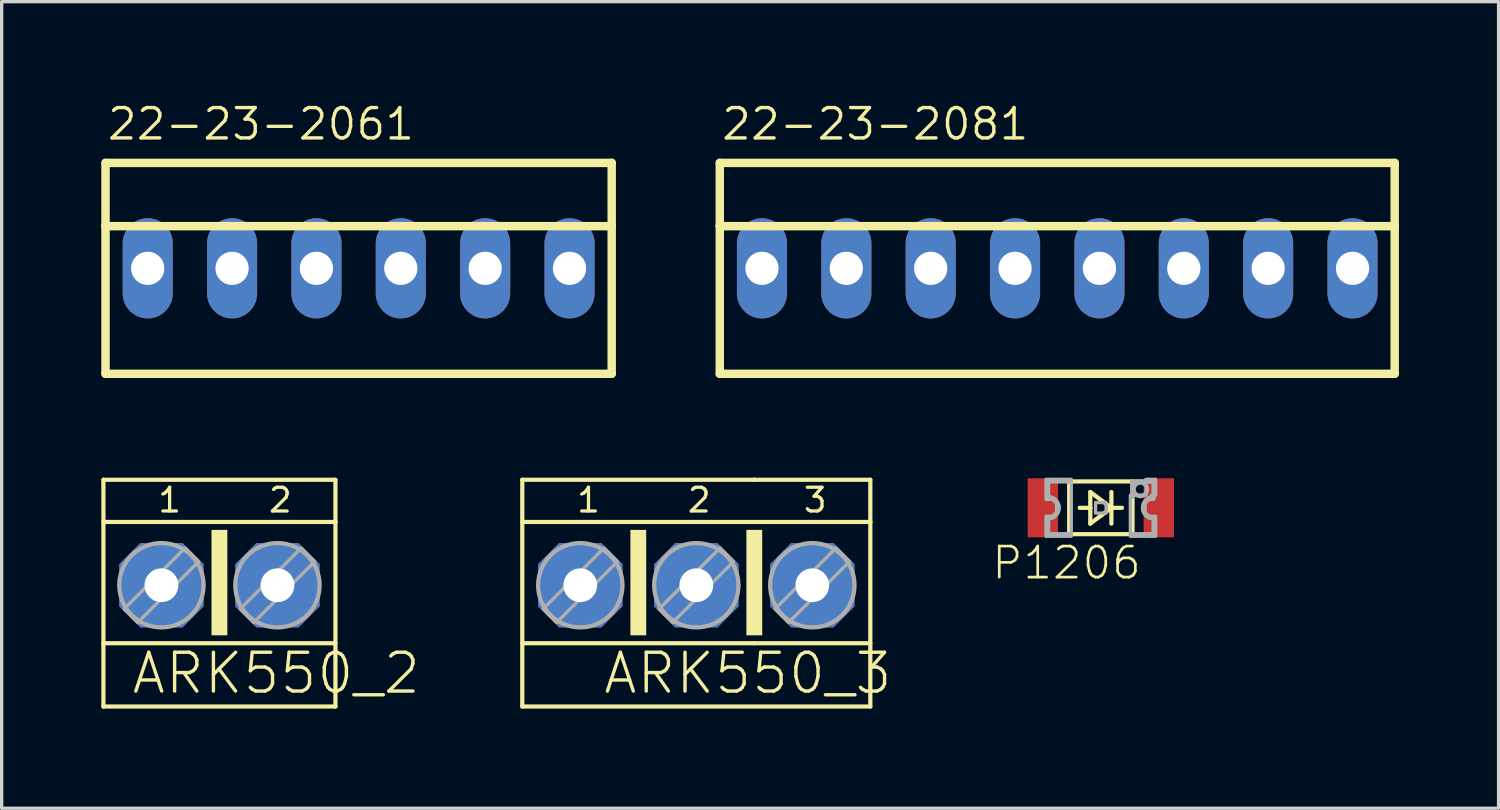
<source format=kicad_pcb>
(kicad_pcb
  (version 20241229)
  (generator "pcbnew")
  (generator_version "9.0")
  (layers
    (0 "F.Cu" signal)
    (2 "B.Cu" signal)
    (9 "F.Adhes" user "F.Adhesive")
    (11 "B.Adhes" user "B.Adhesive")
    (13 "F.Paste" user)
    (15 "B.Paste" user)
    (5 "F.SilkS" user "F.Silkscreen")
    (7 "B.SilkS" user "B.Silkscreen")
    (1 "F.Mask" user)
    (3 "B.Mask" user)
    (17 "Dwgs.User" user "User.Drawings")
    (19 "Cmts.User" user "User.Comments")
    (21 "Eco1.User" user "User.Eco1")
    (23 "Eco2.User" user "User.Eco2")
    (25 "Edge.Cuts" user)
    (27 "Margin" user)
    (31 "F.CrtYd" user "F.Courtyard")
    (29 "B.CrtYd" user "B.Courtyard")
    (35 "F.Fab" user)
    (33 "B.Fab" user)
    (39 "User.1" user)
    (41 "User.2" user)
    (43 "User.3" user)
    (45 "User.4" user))
  (footprint "22-23-2081"
    (layer "F.Cu")
    (at 28.781 5.029)
    (property "Reference" "22-23-2081" (at -10.16 -3.81 0) (layer "F.SilkS") (effects (font (size 0.914 0.914) (thickness 0.102)) (justify left bottom)))
    (fp_line (start -10.16 -3.175) (end 10.16 -3.175) (stroke (width 0.254) (type solid)) (layer "F.SilkS"))
    (fp_line (start -10.16 -1.27) (end -10.16 -3.175) (stroke (width 0.254) (type solid)) (layer "F.SilkS"))
    (fp_line (start -10.16 -1.27) (end 10.16 -1.27) (stroke (width 0.254) (type solid)) (layer "F.SilkS"))
    (fp_line (start -10.16 3.175) (end -10.16 -1.27) (stroke (width 0.254) (type solid)) (layer "F.SilkS"))
    (fp_line (start 10.16 -3.175) (end 10.16 -1.27) (stroke (width 0.254) (type solid)) (layer "F.SilkS"))
    (fp_line (start 10.16 -1.27) (end 10.16 3.175) (stroke (width 0.254) (type solid)) (layer "F.SilkS"))
    (fp_line (start 10.16 3.175) (end -10.16 3.175) (stroke (width 0.254) (type solid)) (layer "F.SilkS"))
    (pad "1" thru_hole oval (at -8.89 0 90) (size 3.016 1.508) (drill 1) (layers "*.Cu" "*.Mask"))
    (pad "2" thru_hole oval (at -6.35 0 90) (size 3.016 1.508) (drill 1) (layers "*.Cu" "*.Mask"))
    (pad "3" thru_hole oval (at -3.81 0 90) (size 3.016 1.508) (drill 1) (layers "*.Cu" "*.Mask"))
    (pad "4" thru_hole oval (at -1.27 0 90) (size 3.016 1.508) (drill 1) (layers "*.Cu" "*.Mask"))
    (pad "5" thru_hole oval (at 1.27 0 90) (size 3.016 1.508) (drill 1) (layers "*.Cu" "*.Mask"))
    (pad "6" thru_hole oval (at 3.81 0 90) (size 3.016 1.508) (drill 1) (layers "*.Cu" "*.Mask"))
    (pad "7" thru_hole oval (at 6.35 0 90) (size 3.016 1.508) (drill 1) (layers "*.Cu" "*.Mask"))
    (pad "8" thru_hole oval (at 8.89 0 90) (size 3.016 1.508) (drill 1) (layers "*.Cu" "*.Mask")))
  (footprint "ARK550_2"
    (layer "F.Cu")
    (at 1.81 14.57)
    (property "Reference" "ARK550_2" (at -0.949 3.334 0) (layer "F.SilkS") (effects (font (size 1.168 1.168) (thickness 0.102)) (justify left bottom)))
    (fp_line (start -1.746 -3.175) (end 5.239 -3.175) (stroke (width 0.127) (type solid)) (layer "F.SilkS"))
    (fp_line (start -1.746 3.651) (end -1.746 -3.175) (stroke (width 0.127) (type solid)) (layer "F.SilkS"))
    (fp_line (start -1.746 3.651) (end 5.239 3.651) (stroke (width 0.127) (type solid)) (layer "F.SilkS"))
    (fp_line (start -1.746 -1.905) (end 5.239 -1.905) (stroke (width 0.127) (type solid)) (layer "F.SilkS"))
    (fp_line (start -1.746 1.746) (end 5.239 1.746) (stroke (width 0.127) (type solid)) (layer "F.SilkS"))
    (fp_line (start 5.239 -1.905) (end 5.239 -3.175) (stroke (width 0.127) (type solid)) (layer "F.SilkS"))
    (fp_line (start 5.239 3.651) (end 5.239 -1.905) (stroke (width 0.127) (type solid)) (layer "F.SilkS"))
    (fp_poly (pts (xy 1.508 1.508) (xy 1.984 1.508) (xy 1.984 -1.667) (xy 1.508 -1.667)) (stroke (width 0) (type solid)) (fill yes) (layer "F.SilkS"))
    (fp_circle (center 0 0) (end 1.27 0) (stroke (width 0.127) (type solid)) (fill no) (layer "F.Fab"))
    (fp_circle (center 3.493 0) (end 4.763 0) (stroke (width 0.127) (type solid)) (fill no) (layer "F.Fab"))
    (fp_poly (pts (xy 1.122 -0.714) (xy -0.714 1.122) (xy -1.122 0.714) (xy 0.714 -1.122)) (stroke (width 0.1) (type solid)) (fill no) (layer "F.Fab"))
    (fp_poly (pts (xy 4.614 -0.714) (xy 2.778 1.122) (xy 2.371 0.714) (xy 4.207 -1.122)) (stroke (width 0.1) (type solid)) (fill no) (layer "F.Fab"))
    (fp_text user "2" (at 3.175 -2.143 0) (layer "F.SilkS") (effects (font (size 0.715 0.715) (thickness 0.098)) (justify left bottom)))
    (fp_text user "1" (at -0.158 -2.143 0) (layer "F.SilkS") (effects (font (size 0.715 0.715) (thickness 0.098)) (justify left bottom)))
    (pad "1" thru_hole roundrect (at 0 0) (size 2.54 2.54) (drill 1.016) (layers "*.Cu" "*.Mask") (roundrect_rratio 0.25) (chamfer_ratio 0.25) (chamfer top_left top_right bottom_left bottom_right))
    (pad "2" thru_hole roundrect (at 3.493 0) (size 2.54 2.54) (drill 1.016) (layers "*.Cu" "*.Mask") (roundrect_rratio 0.25) (chamfer_ratio 0.25) (chamfer top_left top_right bottom_left bottom_right)))
  (footprint "ARK550_3"
    (layer "F.Cu")
    (at 17.914 14.57)
    (property "Reference" "ARK550_3" (at -2.854 3.334 0) (layer "F.SilkS") (effects (font (size 1.168 1.168) (thickness 0.102)) (justify left bottom)))
    (fp_line (start -5.239 -3.175) (end 1.746 -3.175) (stroke (width 0.127) (type solid)) (layer "F.SilkS"))
    (fp_line (start -5.239 3.651) (end -5.239 -3.175) (stroke (width 0.127) (type solid)) (layer "F.SilkS"))
    (fp_line (start -5.239 3.651) (end 5.239 3.651) (stroke (width 0.127) (type solid)) (layer "F.SilkS"))
    (fp_line (start -5.239 -1.905) (end 5.239 -1.905) (stroke (width 0.127) (type solid)) (layer "F.SilkS"))
    (fp_line (start -5.239 1.746) (end 1.746 1.746) (stroke (width 0.127) (type solid)) (layer "F.SilkS"))
    (fp_line (start 1.746 -3.175) (end 1.746 -3.175) (stroke (width 0.127) (type solid)) (layer "F.SilkS"))
    (fp_line (start 1.746 -3.175) (end 5.239 -3.175) (stroke (width 0.127) (type solid)) (layer "F.SilkS"))
    (fp_line (start 1.746 1.746) (end 5.239 1.746) (stroke (width 0.127) (type solid)) (layer "F.SilkS"))
    (fp_line (start 5.239 -1.905) (end 5.239 -3.175) (stroke (width 0.127) (type solid)) (layer "F.SilkS"))
    (fp_line (start 5.239 3.651) (end 5.239 -1.905) (stroke (width 0.127) (type solid)) (layer "F.SilkS"))
    (fp_poly (pts (xy -1.984 1.508) (xy -1.508 1.508) (xy -1.508 -1.667) (xy -1.984 -1.667)) (stroke (width 0) (type solid)) (fill yes) (layer "F.SilkS"))
    (fp_poly (pts (xy 1.508 1.508) (xy 1.984 1.508) (xy 1.984 -1.667) (xy 1.508 -1.667)) (stroke (width 0) (type solid)) (fill yes) (layer "F.SilkS"))
    (fp_circle (center -3.493 0) (end -2.223 0) (stroke (width 0.127) (type solid)) (fill no) (layer "F.Fab"))
    (fp_circle (center 0 0) (end 1.27 0) (stroke (width 0.127) (type solid)) (fill no) (layer "F.Fab"))
    (fp_circle (center 3.493 0) (end 4.763 0) (stroke (width 0.127) (type solid)) (fill no) (layer "F.Fab"))
    (fp_poly (pts (xy -2.371 -0.714) (xy -4.207 1.122) (xy -4.614 0.714) (xy -2.778 -1.122)) (stroke (width 0.1) (type solid)) (fill no) (layer "F.Fab"))
    (fp_poly (pts (xy 1.122 -0.714) (xy -0.714 1.122) (xy -1.122 0.714) (xy 0.714 -1.122)) (stroke (width 0.1) (type solid)) (fill no) (layer "F.Fab"))
    (fp_poly (pts (xy 4.614 -0.714) (xy 2.778 1.122) (xy 2.371 0.714) (xy 4.207 -1.122)) (stroke (width 0.1) (type solid)) (fill no) (layer "F.Fab"))
    (fp_text user "3" (at 3.175 -2.143 0) (layer "F.SilkS") (effects (font (size 0.715 0.715) (thickness 0.098)) (justify left bottom)))
    (fp_text user "2" (at -0.317 -2.143 0) (layer "F.SilkS") (effects (font (size 0.715 0.715) (thickness 0.098)) (justify left bottom)))
    (fp_text user "1" (at -3.651 -2.143 0) (layer "F.SilkS") (effects (font (size 0.715 0.715) (thickness 0.098)) (justify left bottom)))
    (pad "1" thru_hole roundrect (at -3.493 0) (size 2.54 2.54) (drill 1.016) (layers "*.Cu" "*.Mask") (roundrect_rratio 0.25) (chamfer_ratio 0.25) (chamfer top_left top_right bottom_left bottom_right))
    (pad "2" thru_hole roundrect (at 0 0) (size 2.54 2.54) (drill 1.016) (layers "*.Cu" "*.Mask") (roundrect_rratio 0.25) (chamfer_ratio 0.25) (chamfer top_left top_right bottom_left bottom_right))
    (pad "3" thru_hole roundrect (at 3.493 0) (size 2.54 2.54) (drill 1.016) (layers "*.Cu" "*.Mask") (roundrect_rratio 0.25) (chamfer_ratio 0.25) (chamfer top_left top_right bottom_left bottom_right)))
  (footprint "P1206"
    (layer "F.Cu")
    (at 30.252 12.239)
    (property "Reference" "P1206" (at 1.111 1.111 0) (layer "F.SilkS") (effects (font (size 0.935 0.935) (thickness 0.081)) (justify right top)))
    (fp_line (start -1.111 -0.794) (end -1.111 0.794) (stroke (width 0.127) (type solid)) (layer "F.SilkS"))
    (fp_line (start -0.476 -0.476) (end 0.159 0) (stroke (width 0.127) (type solid)) (layer "F.SilkS"))
    (fp_line (start -0.476 0.476) (end -0.476 0) (stroke (width 0.127) (type solid)) (layer "F.SilkS"))
    (fp_line (start -0.476 0) (end -0.794 0) (stroke (width 0.127) (type solid)) (layer "F.SilkS"))
    (fp_line (start -0.476 0) (end -0.476 -0.476) (stroke (width 0.127) (type solid)) (layer "F.SilkS"))
    (fp_line (start 0.159 0) (end -0.476 0.476) (stroke (width 0.127) (type solid)) (layer "F.SilkS"))
    (fp_line (start 0.159 0) (end 0.159 -0.476) (stroke (width 0.127) (type solid)) (layer "F.SilkS"))
    (fp_line (start 0.159 0) (end 0.476 0) (stroke (width 0.127) (type solid)) (layer "F.SilkS"))
    (fp_line (start 0.159 0.476) (end 0.159 0) (stroke (width 0.127) (type solid)) (layer "F.SilkS"))
    (fp_line (start 0.794 -0.794) (end -1.111 -0.794) (stroke (width 0.127) (type solid)) (layer "F.SilkS"))
    (fp_line (start 0.794 -0.794) (end 0.794 0.794) (stroke (width 0.127) (type solid)) (layer "F.SilkS"))
    (fp_line (start 0.794 0.794) (end -1.111 0.794) (stroke (width 0.127) (type solid)) (layer "F.SilkS"))
    (fp_line (start -1.746 -0.794) (end -1.746 -0.318) (stroke (width 0.127) (type solid)) (layer "F.Fab"))
    (fp_line (start -1.746 0.318) (end -1.746 0.794) (stroke (width 0.127) (type solid)) (layer "F.Fab"))
    (fp_line (start -1.111 -0.794) (end -1.746 -0.794) (stroke (width 0.127) (type solid)) (layer "F.Fab"))
    (fp_line (start -1.111 0.794) (end -1.746 0.794) (stroke (width 0.127) (type solid)) (layer "F.Fab"))
    (fp_line (start 0.794 0.794) (end 1.429 0.794) (stroke (width 0.127) (type solid)) (layer "F.Fab"))
    (fp_line (start 0.794 -0.794) (end 0.794 -0.794) (stroke (width 0.127) (type solid)) (layer "F.Fab"))
    (fp_line (start 0.794 -0.794) (end 0.794 -0.318) (stroke (width 0.127) (type solid)) (layer "F.Fab"))
    (fp_line (start 0.794 -0.794) (end 1.429 -0.794) (stroke (width 0.127) (type solid)) (layer "F.Fab"))
    (fp_line (start 1.429 -0.794) (end 0.794 -0.794) (stroke (width 0.127) (type solid)) (layer "F.Fab"))
    (fp_line (start 1.429 -0.794) (end 1.429 -0.318) (stroke (width 0.127) (type solid)) (layer "F.Fab"))
    (fp_line (start 1.429 0.318) (end 1.429 0.794) (stroke (width 0.127) (type solid)) (layer "F.Fab"))
    (fp_arc (start -1.7463 -0.3175) (mid -1.4288 0) (end -1.7463 0.3175) (stroke (width 0.127) (type solid)) (layer "F.Fab"))
    (fp_arc (start -1.7462 -0.3175) (mid -1.4287 0) (end -1.7462 0.3175) (stroke (width 0.127) (type solid)) (layer "F.Fab"))
    (fp_arc (start 1.4288 0.3175) (mid 1.1113 0) (end 1.4288 -0.3175) (stroke (width 0.127) (type solid)) (layer "F.Fab"))
    (fp_arc (start 1.4288 0.3175) (mid 1.1113 0) (end 1.4288 -0.3175) (stroke (width 0.127) (type solid)) (layer "F.Fab"))
    (fp_circle (center 1.032 -0.556) (end 1.234 -0.556) (stroke (width 0.127) (type solid)) (fill no) (layer "F.Fab"))
    (fp_poly (pts (xy 0 -0.159) (xy -0.317 -0.159) (xy -0.317 0.159) (xy 0 0.159)) (stroke (width 0.1) (type solid)) (fill no) (layer "F.Fab"))
    (fp_poly (pts (xy -1.048 0.857) (xy -1.81 0.857) (xy -1.81 0.254) (xy -1.614 0.254) (xy -1.492 0.132) (xy -1.492 -0.132) (xy -1.614 -0.254) (xy -1.81 -0.254) (xy -1.81 -0.857) (xy -1.048 -0.857)) (stroke (width 0.1) (type solid)) (fill no) (layer "F.Fab"))
    (fp_poly (pts (xy 1.492 -0.381) (xy 1.365 -0.381) (xy 1.365 -0.318) (xy 1.429 -0.318) (xy 1.429 -0.254) (xy 1.296 -0.254) (xy 1.175 -0.132) (xy 1.175 0.132) (xy 1.296 0.254) (xy 1.492 0.254) (xy 1.492 0.857) (xy 0.73 0.857) (xy 0.73 0.699) (xy 0.73 0.699) (xy 0.73 -0.381) (xy 1.206 -0.381) (xy 1.206 -0.857) (xy 1.492 -0.857)) (stroke (width 0.1) (type solid)) (fill no) (layer "F.Fab"))
    (pad "A" smd rect (at -1.905 -0.0001 180) (size 0.914 1.778) (layers "F.Cu" "F.Mask" "F.Paste"))
    (pad "K" smd rect (at 1.587 0 180) (size 0.914 1.778) (layers "F.Cu" "F.Mask" "F.Paste")))
  (footprint "22-23-2061"
    (layer "F.Cu")
    (at 7.747 5.029)
    (property "Reference" "22-23-2061" (at -7.62 -3.81 0) (layer "F.SilkS") (effects (font (size 0.914 0.914) (thickness 0.102)) (justify left bottom)))
    (fp_line (start -7.62 -3.175) (end 7.62 -3.175) (stroke (width 0.254) (type solid)) (layer "F.SilkS"))
    (fp_line (start -7.62 -1.27) (end -7.62 -3.175) (stroke (width 0.254) (type solid)) (layer "F.SilkS"))
    (fp_line (start -7.62 -1.27) (end 7.62 -1.27) (stroke (width 0.254) (type solid)) (layer "F.SilkS"))
    (fp_line (start -7.62 3.175) (end -7.62 -1.27) (stroke (width 0.254) (type solid)) (layer "F.SilkS"))
    (fp_line (start 7.62 -3.175) (end 7.62 -1.27) (stroke (width 0.254) (type solid)) (layer "F.SilkS"))
    (fp_line (start 7.62 -1.27) (end 7.62 3.175) (stroke (width 0.254) (type solid)) (layer "F.SilkS"))
    (fp_line (start 7.62 3.175) (end -7.62 3.175) (stroke (width 0.254) (type solid)) (layer "F.SilkS"))
    (pad "1" thru_hole oval (at -6.35 0 90) (size 3.016 1.508) (drill 1) (layers "*.Cu" "*.Mask"))
    (pad "2" thru_hole oval (at -3.81 0 90) (size 3.016 1.508) (drill 1) (layers "*.Cu" "*.Mask"))
    (pad "3" thru_hole oval (at -1.27 0 90) (size 3.016 1.508) (drill 1) (layers "*.Cu" "*.Mask"))
    (pad "4" thru_hole oval (at 1.27 0 90) (size 3.016 1.508) (drill 1) (layers "*.Cu" "*.Mask"))
    (pad "5" thru_hole oval (at 3.81 0 90) (size 3.016 1.508) (drill 1) (layers "*.Cu" "*.Mask"))
    (pad "6" thru_hole oval (at 6.35 0 90) (size 3.016 1.508) (drill 1) (layers "*.Cu" "*.Mask")))
  (gr_rect
    (start -3 -3)
    (end 42.068 21.284)
    (stroke (width 0.1) (type default))
    (fill no)
    (layer "Edge.Cuts")))
</source>
